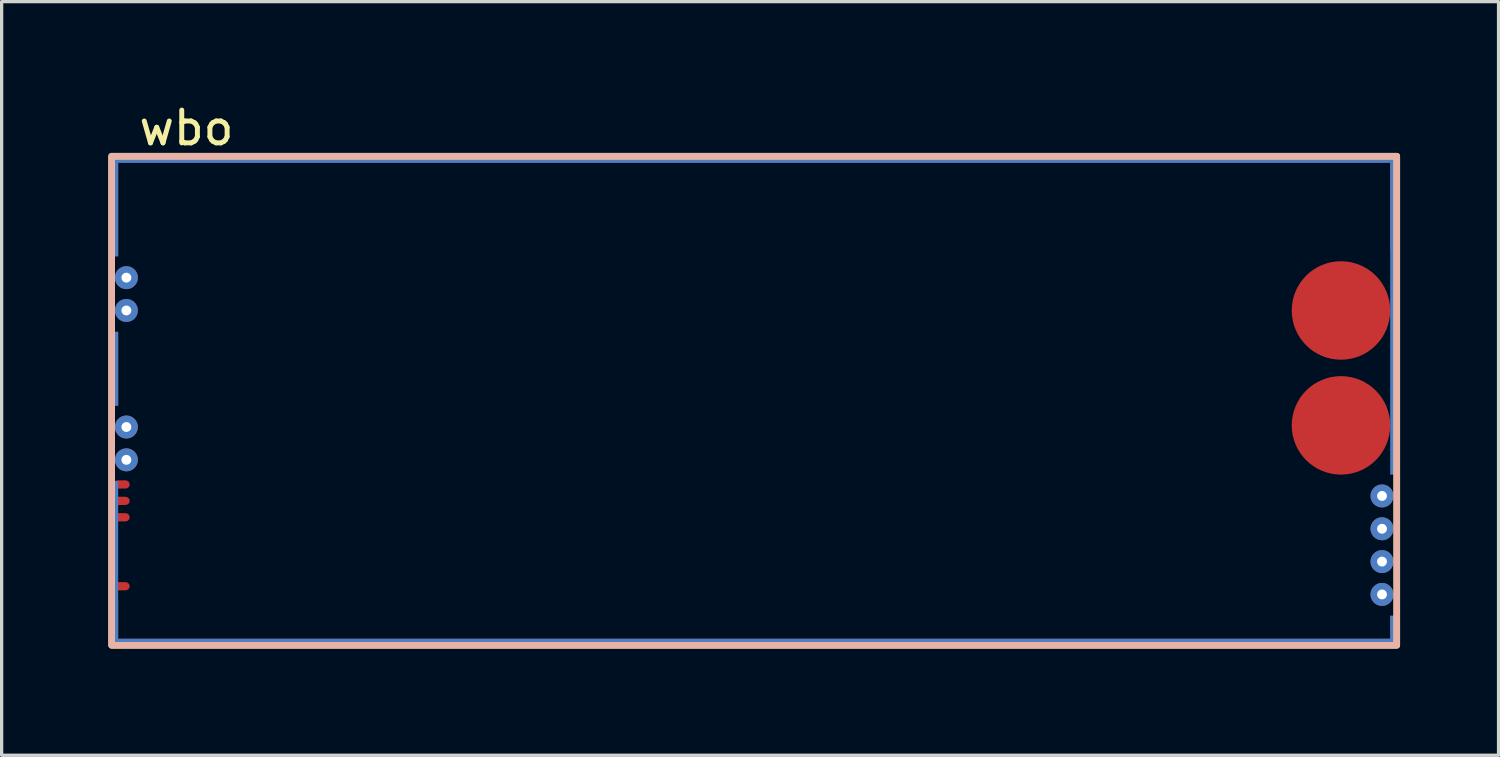
<source format=kicad_pcb>
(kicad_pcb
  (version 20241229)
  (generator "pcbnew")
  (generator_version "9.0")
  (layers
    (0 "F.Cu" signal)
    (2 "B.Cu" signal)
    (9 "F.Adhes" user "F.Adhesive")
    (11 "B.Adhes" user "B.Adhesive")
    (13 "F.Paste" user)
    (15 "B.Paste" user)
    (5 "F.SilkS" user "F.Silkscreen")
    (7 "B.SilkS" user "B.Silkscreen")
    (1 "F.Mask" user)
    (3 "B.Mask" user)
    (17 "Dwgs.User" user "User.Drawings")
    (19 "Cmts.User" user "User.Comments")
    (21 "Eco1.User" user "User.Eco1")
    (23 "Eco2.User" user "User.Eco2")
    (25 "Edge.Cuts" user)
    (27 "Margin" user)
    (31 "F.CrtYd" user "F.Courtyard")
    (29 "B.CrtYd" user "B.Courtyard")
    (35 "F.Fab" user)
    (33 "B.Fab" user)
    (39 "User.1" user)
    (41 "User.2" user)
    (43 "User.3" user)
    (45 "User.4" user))
  (footprint "wbo"
    (layer "F.Cu")
    (at 0.25 16.708)
    (property "Reference" "wbo" (at 2.38 -15.86 0) (unlocked yes) (layer "F.SilkS") (effects (font (size 1 1) (thickness 0.15))))
    (fp_rect (start 39.25 -15) (end 0.1 -0.1) (stroke (width 0.2) (type solid)) (fill no) (layer "F.SilkS"))
    (fp_rect (start 39.25 -15) (end 0.1 -0.1) (stroke (width 0.2) (type solid)) (fill no) (layer "B.SilkS"))
    (pad "E1" thru_hole circle (at 38.8 -1.65 90) (size 0.7 0.7) (drill 0.3) (layers "*.Cu"))
    (pad "E2" thru_hole circle (at 38.8 -2.65 90) (size 0.7 0.7) (drill 0.3) (layers "*.Cu"))
    (pad "E3" thru_hole circle (at 38.8 -3.65 90) (size 0.7 0.7) (drill 0.3) (layers "*.Cu"))
    (pad "E4" thru_hole circle (at 38.8 -4.65 90) (size 0.7 0.7) (drill 0.3) (layers "*.Cu"))
    (pad "E5" smd circle (at 37.55 -6.8) (size 3 3) (layers "F.Cu"))
    (pad "E6" smd circle (at 37.55 -10.3) (size 3 3) (layers "F.Cu"))
    (pad "G" smd rect (at 0.175 -13.5) (size 0.25 3.1) (layers "F.Cu"))
    (pad "G" smd rect (at 0.175 -13.5) (size 0.25 3.1) (layers "B.Cu"))
    (pad "G" smd rect (at 0.175 -8.525) (size 0.25 2.25) (layers "F.Cu"))
    (pad "G" smd rect (at 0.175 -8.525) (size 0.25 2.25) (layers "B.Cu"))
    (pad "G" smd rect (at 0.175 -2.575) (size 0.25 5.05) (layers "B.Cu"))
    (pad "G" smd rect (at 0.175 -0.775) (size 0.25 1.45) (layers "F.Cu"))
    (pad "G" smd rect (at 19.675 -14.925 90) (size 0.25 39.25) (layers "F.Cu"))
    (pad "G" smd rect (at 19.675 -14.925 90) (size 0.25 39.25) (layers "B.Cu"))
    (pad "G" smd rect (at 19.675 -0.175 90) (size 0.25 39.25) (layers "F.Cu"))
    (pad "G" smd rect (at 19.675 -0.175 90) (size 0.25 39.25) (layers "B.Cu"))
    (pad "G" smd rect (at 39.175 -13.575) (size 0.25 2.95) (layers "F.Cu"))
    (pad "G" smd rect (at 39.175 -10.175) (size 0.25 9.75) (layers "B.Cu"))
    (pad "G" smd rect (at 39.175 -0.525) (size 0.25 0.95) (layers "F.Cu"))
    (pad "G" smd rect (at 39.175 -0.525) (size 0.25 0.95) (layers "B.Cu"))
    (pad "W1" thru_hole circle (at 0.55 -11.3 90) (size 0.7 0.7) (drill 0.3) (layers "*.Cu"))
    (pad "W2" thru_hole circle (at 0.55 -10.3 90) (size 0.7 0.7) (drill 0.3) (layers "*.Cu"))
    (pad "W3" thru_hole circle (at 0.55 -6.75 90) (size 0.7 0.7) (drill 0.3) (layers "*.Cu"))
    (pad "W4" thru_hole circle (at 0.55 -5.75 90) (size 0.7 0.7) (drill 0.3) (layers "*.Cu"))
    (pad "W5" smd roundrect (at 0.4 -5) (size 0.5 0.25) (layers "F.Cu") (roundrect_rratio 0.5))
    (pad "W6" smd roundrect (at 0.4 -4.5) (size 0.5 0.25) (layers "F.Cu") (roundrect_rratio 0.5))
    (pad "W7" smd roundrect (at 0.4 -4) (size 0.5 0.25) (layers "F.Cu") (roundrect_rratio 0.5))
    (pad "W8" smd roundrect (at 0.4 -1.9) (size 0.5 0.25) (layers "F.Cu") (roundrect_rratio 0.5))
    (zone (net_name "") (layers "F.Cu" "B.Cu") (hatch edge 0.508) (connect_pads) (min_thickness 0.254) (filled_areas_thickness no) (keepout (tracks allowed) (vias allowed) (pads allowed) (copperpour not_allowed) (footprints allowed)) (placement (enabled no)) (fill) (polygon (pts (xy 39.425 16.533) (xy 0.425 16.508) (xy 0.425 1.783) (xy 39.425 1.783)))))
  (gr_rect
    (start -3 -3)
    (end 42.6 19.958)
    (stroke (width 0.1) (type default))
    (fill no)
    (layer "Edge.Cuts")))
</source>
